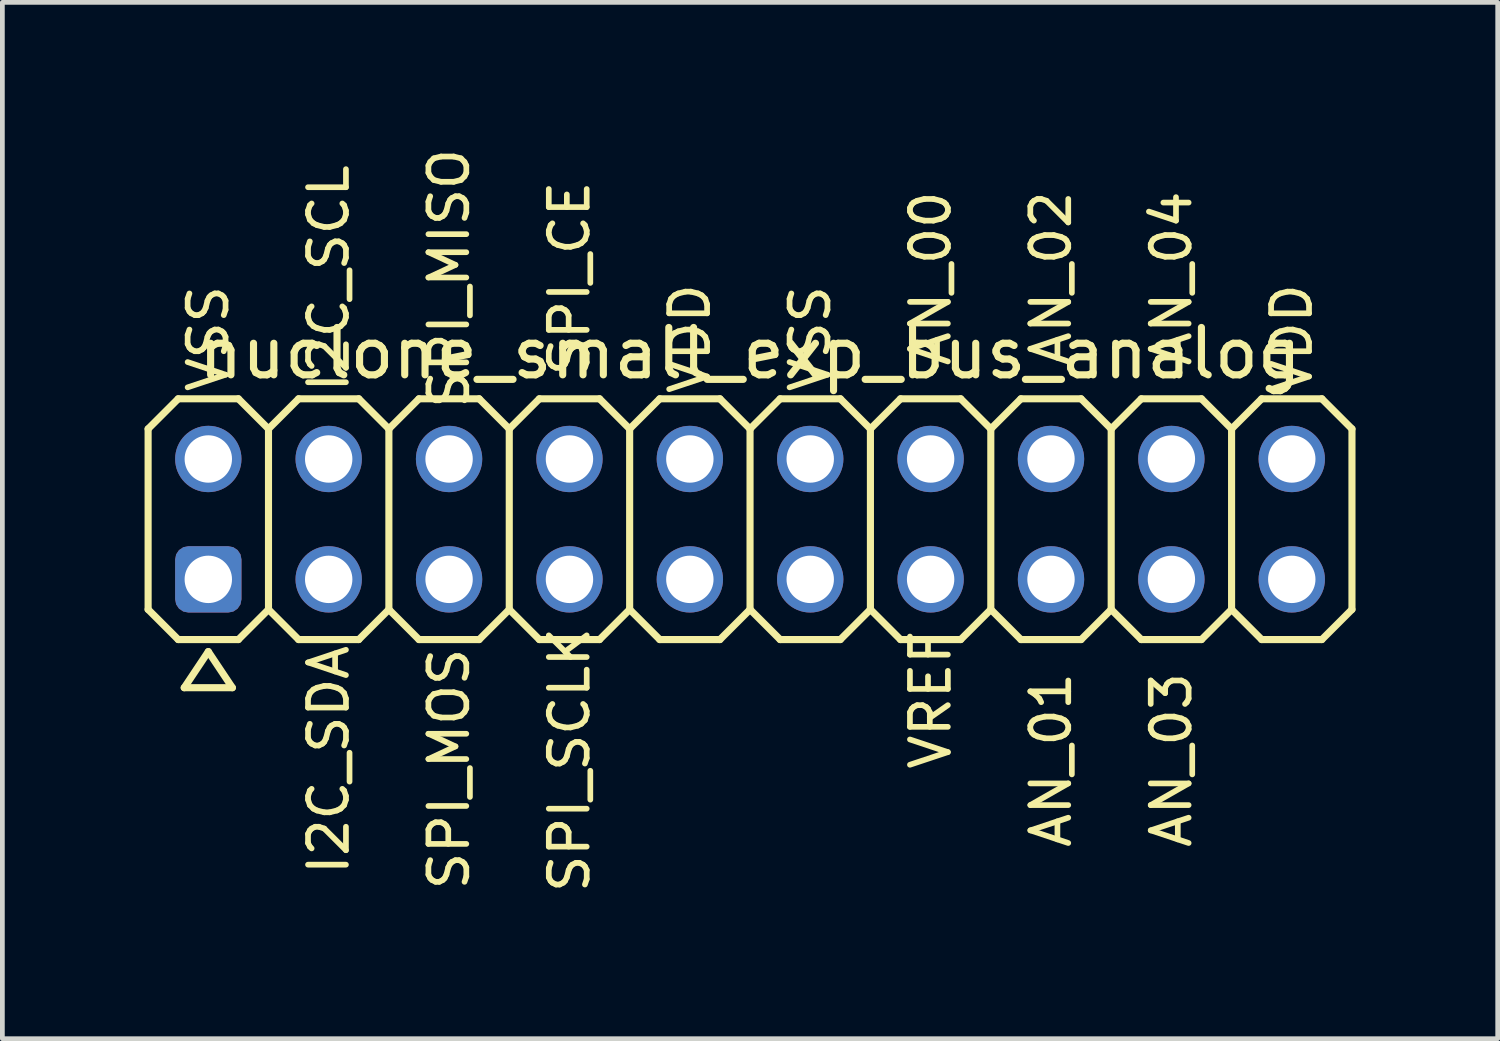
<source format=kicad_pcb>
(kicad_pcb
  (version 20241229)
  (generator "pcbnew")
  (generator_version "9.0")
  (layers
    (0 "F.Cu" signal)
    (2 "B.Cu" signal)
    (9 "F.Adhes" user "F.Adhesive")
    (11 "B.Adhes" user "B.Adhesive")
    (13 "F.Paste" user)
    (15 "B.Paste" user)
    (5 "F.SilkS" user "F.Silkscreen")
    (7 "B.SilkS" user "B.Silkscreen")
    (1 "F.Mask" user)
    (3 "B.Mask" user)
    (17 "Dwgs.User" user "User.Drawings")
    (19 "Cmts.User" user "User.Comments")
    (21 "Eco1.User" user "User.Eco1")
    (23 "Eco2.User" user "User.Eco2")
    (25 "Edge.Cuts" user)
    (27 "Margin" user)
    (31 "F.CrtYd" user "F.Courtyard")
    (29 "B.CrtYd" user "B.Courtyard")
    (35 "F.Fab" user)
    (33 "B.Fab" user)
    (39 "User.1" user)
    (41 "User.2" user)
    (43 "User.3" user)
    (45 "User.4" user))
  (footprint "nuclone_small_exp_bus_analog"
    (layer "F.Cu")
    (at 12.775 7.904)
    (property "Reference" "nuclone_small_exp_bus_analog" (at 0 -3.5 0) (layer "F.SilkS") (effects (font (size 1 1) (thickness 0.15))))
    (attr exclude_from_pos_files exclude_from_bom)
    (fp_line (start -12.7 -1.905) (end -12.065 -2.54) (stroke (width 0.15) (type solid)) (layer "F.SilkS"))
    (fp_line (start -12.7 1.905) (end -12.7 -1.905) (stroke (width 0.15) (type solid)) (layer "F.SilkS"))
    (fp_line (start -12.7 1.905) (end -12.065 2.54) (stroke (width 0.15) (type solid)) (layer "F.SilkS"))
    (fp_line (start -12.065 -2.54) (end -10.795 -2.54) (stroke (width 0.15) (type solid)) (layer "F.SilkS"))
    (fp_line (start -12.065 2.54) (end -10.795 2.54) (stroke (width 0.15) (type solid)) (layer "F.SilkS"))
    (fp_line (start -11.938 3.556) (end -10.922 3.556) (stroke (width 0.15) (type solid)) (layer "F.SilkS"))
    (fp_line (start -11.43 2.794) (end -11.938 3.556) (stroke (width 0.15) (type solid)) (layer "F.SilkS"))
    (fp_line (start -10.922 3.556) (end -11.43 2.794) (stroke (width 0.15) (type solid)) (layer "F.SilkS"))
    (fp_line (start -10.795 -2.54) (end -10.16 -1.905) (stroke (width 0.15) (type solid)) (layer "F.SilkS"))
    (fp_line (start -10.795 2.54) (end -10.16 1.905) (stroke (width 0.15) (type solid)) (layer "F.SilkS"))
    (fp_line (start -10.16 -1.905) (end -10.16 1.905) (stroke (width 0.15) (type solid)) (layer "F.SilkS"))
    (fp_line (start -10.16 -1.905) (end -9.525 -2.54) (stroke (width 0.15) (type solid)) (layer "F.SilkS"))
    (fp_line (start -10.16 1.905) (end -9.525 2.54) (stroke (width 0.15) (type solid)) (layer "F.SilkS"))
    (fp_line (start -9.525 -2.54) (end -8.255 -2.54) (stroke (width 0.15) (type solid)) (layer "F.SilkS"))
    (fp_line (start -9.525 2.54) (end -8.255 2.54) (stroke (width 0.15) (type solid)) (layer "F.SilkS"))
    (fp_line (start -8.255 -2.54) (end -7.62 -1.905) (stroke (width 0.15) (type solid)) (layer "F.SilkS"))
    (fp_line (start -8.255 2.54) (end -7.62 1.905) (stroke (width 0.15) (type solid)) (layer "F.SilkS"))
    (fp_line (start -7.62 -1.905) (end -7.62 1.905) (stroke (width 0.15) (type solid)) (layer "F.SilkS"))
    (fp_line (start -7.62 -1.905) (end -6.985 -2.54) (stroke (width 0.15) (type solid)) (layer "F.SilkS"))
    (fp_line (start -7.62 1.905) (end -6.985 2.54) (stroke (width 0.15) (type solid)) (layer "F.SilkS"))
    (fp_line (start -6.985 -2.54) (end -5.715 -2.54) (stroke (width 0.15) (type solid)) (layer "F.SilkS"))
    (fp_line (start -6.985 2.54) (end -5.715 2.54) (stroke (width 0.15) (type solid)) (layer "F.SilkS"))
    (fp_line (start -5.715 -2.54) (end -5.08 -1.905) (stroke (width 0.15) (type solid)) (layer "F.SilkS"))
    (fp_line (start -5.715 2.54) (end -5.08 1.905) (stroke (width 0.15) (type solid)) (layer "F.SilkS"))
    (fp_line (start -5.08 -1.905) (end -5.08 1.905) (stroke (width 0.15) (type solid)) (layer "F.SilkS"))
    (fp_line (start -5.08 -1.905) (end -4.445 -2.54) (stroke (width 0.15) (type solid)) (layer "F.SilkS"))
    (fp_line (start -5.08 1.905) (end -4.445 2.54) (stroke (width 0.15) (type solid)) (layer "F.SilkS"))
    (fp_line (start -4.445 -2.54) (end -3.175 -2.54) (stroke (width 0.15) (type solid)) (layer "F.SilkS"))
    (fp_line (start -4.445 2.54) (end -3.175 2.54) (stroke (width 0.15) (type solid)) (layer "F.SilkS"))
    (fp_line (start -3.175 -2.54) (end -2.54 -1.905) (stroke (width 0.15) (type solid)) (layer "F.SilkS"))
    (fp_line (start -3.175 2.54) (end -2.54 1.905) (stroke (width 0.15) (type solid)) (layer "F.SilkS"))
    (fp_line (start -2.54 -1.905) (end -2.54 1.905) (stroke (width 0.15) (type solid)) (layer "F.SilkS"))
    (fp_line (start -2.54 -1.905) (end -1.905 -2.54) (stroke (width 0.15) (type solid)) (layer "F.SilkS"))
    (fp_line (start -2.54 1.905) (end -1.905 2.54) (stroke (width 0.15) (type solid)) (layer "F.SilkS"))
    (fp_line (start -1.905 -2.54) (end -0.635 -2.54) (stroke (width 0.15) (type solid)) (layer "F.SilkS"))
    (fp_line (start -1.905 2.54) (end -0.635 2.54) (stroke (width 0.15) (type solid)) (layer "F.SilkS"))
    (fp_line (start -0.635 -2.54) (end 0 -1.905) (stroke (width 0.15) (type solid)) (layer "F.SilkS"))
    (fp_line (start -0.635 2.54) (end 0 1.905) (stroke (width 0.15) (type solid)) (layer "F.SilkS"))
    (fp_line (start 0 -1.905) (end 0 1.905) (stroke (width 0.15) (type solid)) (layer "F.SilkS"))
    (fp_line (start 0 -1.905) (end 0.635 -2.54) (stroke (width 0.15) (type solid)) (layer "F.SilkS"))
    (fp_line (start 0 1.905) (end 0.635 2.54) (stroke (width 0.15) (type solid)) (layer "F.SilkS"))
    (fp_line (start 0.635 -2.54) (end 1.905 -2.54) (stroke (width 0.15) (type solid)) (layer "F.SilkS"))
    (fp_line (start 0.635 2.54) (end 1.905 2.54) (stroke (width 0.15) (type solid)) (layer "F.SilkS"))
    (fp_line (start 1.905 -2.54) (end 2.54 -1.905) (stroke (width 0.15) (type solid)) (layer "F.SilkS"))
    (fp_line (start 1.905 2.54) (end 2.54 1.905) (stroke (width 0.15) (type solid)) (layer "F.SilkS"))
    (fp_line (start 2.54 -1.905) (end 2.54 1.905) (stroke (width 0.15) (type solid)) (layer "F.SilkS"))
    (fp_line (start 2.54 -1.905) (end 3.175 -2.54) (stroke (width 0.15) (type solid)) (layer "F.SilkS"))
    (fp_line (start 2.54 1.905) (end 3.175 2.54) (stroke (width 0.15) (type solid)) (layer "F.SilkS"))
    (fp_line (start 3.175 -2.54) (end 4.445 -2.54) (stroke (width 0.15) (type solid)) (layer "F.SilkS"))
    (fp_line (start 3.175 2.54) (end 4.445 2.54) (stroke (width 0.15) (type solid)) (layer "F.SilkS"))
    (fp_line (start 4.445 -2.54) (end 5.08 -1.905) (stroke (width 0.15) (type solid)) (layer "F.SilkS"))
    (fp_line (start 5.08 -1.905) (end 5.08 1.905) (stroke (width 0.15) (type solid)) (layer "F.SilkS"))
    (fp_line (start 5.08 -1.905) (end 5.715 -2.54) (stroke (width 0.15) (type solid)) (layer "F.SilkS"))
    (fp_line (start 5.08 1.905) (end 4.445 2.54) (stroke (width 0.15) (type solid)) (layer "F.SilkS"))
    (fp_line (start 5.08 1.905) (end 5.715 2.54) (stroke (width 0.15) (type solid)) (layer "F.SilkS"))
    (fp_line (start 5.715 -2.54) (end 6.985 -2.54) (stroke (width 0.15) (type solid)) (layer "F.SilkS"))
    (fp_line (start 5.715 2.54) (end 6.985 2.54) (stroke (width 0.15) (type solid)) (layer "F.SilkS"))
    (fp_line (start 6.985 -2.54) (end 7.62 -1.905) (stroke (width 0.15) (type solid)) (layer "F.SilkS"))
    (fp_line (start 7.62 -1.905) (end 7.62 1.905) (stroke (width 0.15) (type solid)) (layer "F.SilkS"))
    (fp_line (start 7.62 -1.905) (end 8.255 -2.54) (stroke (width 0.15) (type solid)) (layer "F.SilkS"))
    (fp_line (start 7.62 1.905) (end 6.985 2.54) (stroke (width 0.15) (type solid)) (layer "F.SilkS"))
    (fp_line (start 7.62 1.905) (end 8.255 2.54) (stroke (width 0.15) (type solid)) (layer "F.SilkS"))
    (fp_line (start 8.255 -2.54) (end 9.525 -2.54) (stroke (width 0.15) (type solid)) (layer "F.SilkS"))
    (fp_line (start 8.255 2.54) (end 9.525 2.54) (stroke (width 0.15) (type solid)) (layer "F.SilkS"))
    (fp_line (start 9.525 -2.54) (end 10.16 -1.905) (stroke (width 0.15) (type solid)) (layer "F.SilkS"))
    (fp_line (start 10.16 -1.905) (end 10.16 1.905) (stroke (width 0.15) (type solid)) (layer "F.SilkS"))
    (fp_line (start 10.16 -1.905) (end 10.795 -2.54) (stroke (width 0.15) (type solid)) (layer "F.SilkS"))
    (fp_line (start 10.16 1.905) (end 9.525 2.54) (stroke (width 0.15) (type solid)) (layer "F.SilkS"))
    (fp_line (start 10.16 1.905) (end 10.795 2.54) (stroke (width 0.15) (type solid)) (layer "F.SilkS"))
    (fp_line (start 10.795 -2.54) (end 12.065 -2.54) (stroke (width 0.15) (type solid)) (layer "F.SilkS"))
    (fp_line (start 10.795 2.54) (end 12.065 2.54) (stroke (width 0.15) (type solid)) (layer "F.SilkS"))
    (fp_line (start 12.065 -2.54) (end 12.7 -1.905) (stroke (width 0.15) (type solid)) (layer "F.SilkS"))
    (fp_line (start 12.7 -1.905) (end 12.7 1.905) (stroke (width 0.15) (type solid)) (layer "F.SilkS"))
    (fp_line (start 12.7 1.905) (end 12.065 2.54) (stroke (width 0.15) (type solid)) (layer "F.SilkS"))
    (fp_text user "VREF" (at 3.81 3.81 90) (layer "F.SilkS") (effects (font (size 0.8 0.8) (thickness 0.12))))
    (fp_text user "SPI_MISO" (at -6.35 -5.08 90) (layer "F.SilkS") (effects (font (size 0.8 0.8) (thickness 0.12))))
    (fp_text user "I2C_SDA" (at -8.89 5.08 90) (layer "F.SilkS") (effects (font (size 0.8 0.8) (thickness 0.12))))
    (fp_text user "VSS" (at 1.27 -3.81 90) (layer "F.SilkS") (effects (font (size 0.8 0.8) (thickness 0.12))))
    (fp_text user "I2C_SCL" (at -8.89 -5.08 90) (layer "F.SilkS") (effects (font (size 0.8 0.8) (thickness 0.12))))
    (fp_text user "AN_03" (at 8.89 5.08 90) (layer "F.SilkS") (effects (font (size 0.8 0.8) (thickness 0.12))))
    (fp_text user "VDD" (at -1.27 -3.81 90) (layer "F.SilkS") (effects (font (size 0.8 0.8) (thickness 0.12))))
    (fp_text user "AN_02" (at 6.35 -5.08 90) (layer "F.SilkS") (effects (font (size 0.8 0.8) (thickness 0.12))))
    (fp_text user "VSS" (at -11.43 -3.81 90) (layer "F.SilkS") (effects (font (size 0.8 0.8) (thickness 0.12))))
    (fp_text user "SPI_CE" (at -3.81 -5.08 90) (layer "F.SilkS") (effects (font (size 0.8 0.8) (thickness 0.12))))
    (fp_text user "AN_01" (at 6.35 5.08 90) (layer "F.SilkS") (effects (font (size 0.8 0.8) (thickness 0.12))))
    (fp_text user "SPI_SCLK" (at -3.81 5.08 90) (layer "F.SilkS") (effects (font (size 0.8 0.8) (thickness 0.12))))
    (fp_text user "VDD" (at 11.43 -3.81 90) (layer "F.SilkS") (effects (font (size 0.8 0.8) (thickness 0.12))))
    (fp_text user "SPI_MOSI" (at -6.35 5.08 90) (layer "F.SilkS") (effects (font (size 0.8 0.8) (thickness 0.12))))
    (fp_text user "AN_00" (at 3.81 -5.08 90) (layer "F.SilkS") (effects (font (size 0.8 0.8) (thickness 0.12))))
    (fp_text user "AN_04" (at 8.89 -5.08 90) (layer "F.SilkS") (effects (font (size 0.8 0.8) (thickness 0.12))))
    (pad "1" thru_hole roundrect (at -11.43 1.27) (size 1.4 1.4) (drill 1) (layers "*.Cu" "*.Mask") (roundrect_rratio 0.2))
    (pad "2" thru_hole circle (at -11.43 -1.27) (size 1.4 1.4) (drill 1) (layers "*.Cu" "*.Mask"))
    (pad "3" thru_hole circle (at -8.89 1.27) (size 1.4 1.4) (drill 1) (layers "*.Cu" "*.Mask"))
    (pad "4" thru_hole circle (at -8.89 -1.27) (size 1.4 1.4) (drill 1) (layers "*.Cu" "*.Mask"))
    (pad "5" thru_hole circle (at -6.35 1.27) (size 1.4 1.4) (drill 1) (layers "*.Cu" "*.Mask"))
    (pad "6" thru_hole circle (at -6.35 -1.27) (size 1.4 1.4) (drill 1) (layers "*.Cu" "*.Mask"))
    (pad "7" thru_hole circle (at -3.81 1.27) (size 1.4 1.4) (drill 1) (layers "*.Cu" "*.Mask"))
    (pad "8" thru_hole circle (at -3.81 -1.27) (size 1.4 1.4) (drill 1) (layers "*.Cu" "*.Mask"))
    (pad "9" thru_hole circle (at -1.27 1.27) (size 1.4 1.4) (drill 1) (layers "*.Cu" "*.Mask"))
    (pad "10" thru_hole circle (at -1.27 -1.27) (size 1.4 1.4) (drill 1) (layers "*.Cu" "*.Mask"))
    (pad "11" thru_hole circle (at 1.27 1.27) (size 1.4 1.4) (drill 1) (layers "*.Cu" "*.Mask"))
    (pad "12" thru_hole circle (at 1.27 -1.27) (size 1.4 1.4) (drill 1) (layers "*.Cu" "*.Mask"))
    (pad "13" thru_hole circle (at 3.81 1.27) (size 1.4 1.4) (drill 1) (layers "*.Cu" "*.Mask"))
    (pad "14" thru_hole circle (at 3.81 -1.27) (size 1.4 1.4) (drill 1) (layers "*.Cu" "*.Mask"))
    (pad "15" thru_hole circle (at 6.35 1.27) (size 1.4 1.4) (drill 1) (layers "*.Cu" "*.Mask"))
    (pad "16" thru_hole circle (at 6.35 -1.27) (size 1.4 1.4) (drill 1) (layers "*.Cu" "*.Mask"))
    (pad "17" thru_hole circle (at 8.89 1.27) (size 1.4 1.4) (drill 1) (layers "*.Cu" "*.Mask"))
    (pad "18" thru_hole circle (at 8.89 -1.27) (size 1.4 1.4) (drill 1) (layers "*.Cu" "*.Mask"))
    (pad "19" thru_hole circle (at 11.43 1.27) (size 1.4 1.4) (drill 1) (layers "*.Cu" "*.Mask"))
    (pad "20" thru_hole circle (at 11.43 -1.27) (size 1.4 1.4) (drill 1) (layers "*.Cu" "*.Mask")))
  (gr_rect
    (start -3 -3)
    (end 28.55 18.865)
    (stroke (width 0.1) (type default))
    (fill no)
    (layer "Edge.Cuts")))
</source>
